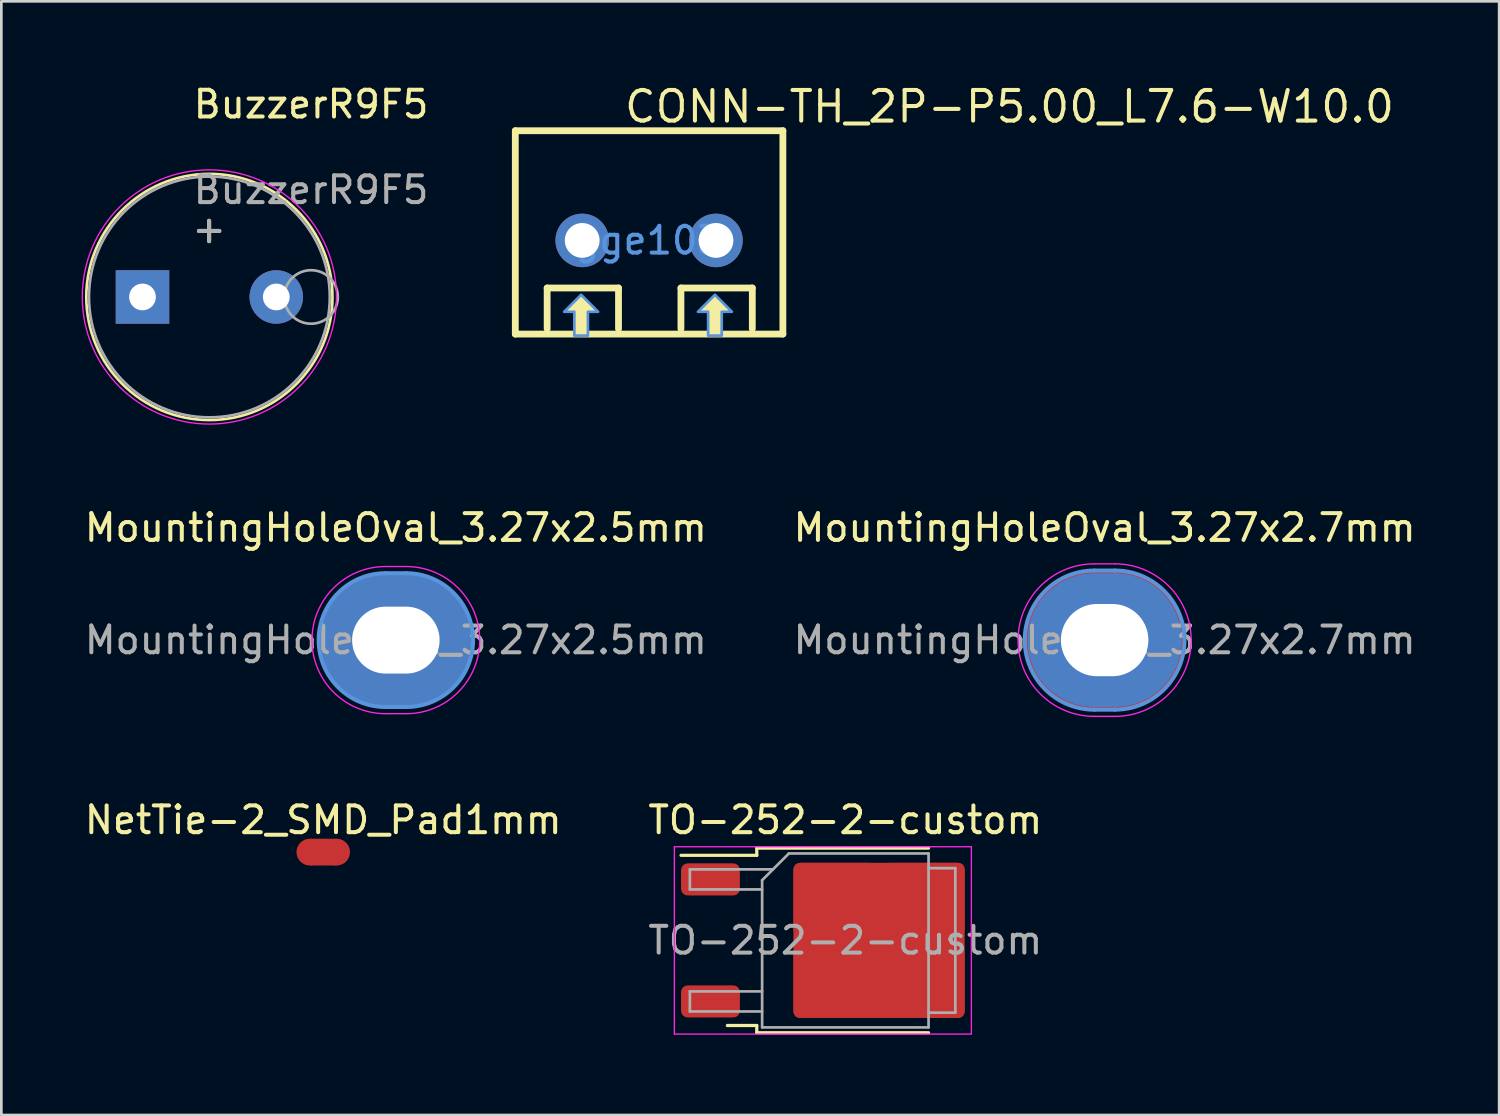
<source format=kicad_pcb>
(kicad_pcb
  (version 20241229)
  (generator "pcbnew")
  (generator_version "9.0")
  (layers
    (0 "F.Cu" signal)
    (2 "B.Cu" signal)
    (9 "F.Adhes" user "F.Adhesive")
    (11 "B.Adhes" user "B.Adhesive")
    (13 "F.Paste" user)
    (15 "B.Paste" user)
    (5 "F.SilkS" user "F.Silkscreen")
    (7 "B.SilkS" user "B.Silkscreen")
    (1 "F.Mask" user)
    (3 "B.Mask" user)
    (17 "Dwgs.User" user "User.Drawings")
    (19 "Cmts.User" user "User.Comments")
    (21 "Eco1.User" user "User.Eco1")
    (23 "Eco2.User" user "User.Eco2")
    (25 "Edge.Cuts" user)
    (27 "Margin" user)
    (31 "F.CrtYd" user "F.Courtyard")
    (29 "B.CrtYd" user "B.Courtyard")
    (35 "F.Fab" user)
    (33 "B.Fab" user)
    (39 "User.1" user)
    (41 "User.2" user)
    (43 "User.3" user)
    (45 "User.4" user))
  (footprint "TO-252-2-custom"
    (layer "F.Cu")
    (at 28.542 32.095)
    (property "Reference" "TO-252-2-custom" (at 0 -4.5 0) (layer "F.SilkS") (effects (font (size 1 1) (thickness 0.15))))
    (attr smd)
    (fp_line (start -3.31 -3.45) (end -3.31 -3.18) (stroke (width 0.12) (type solid)) (layer "F.SilkS"))
    (fp_line (start -3.31 -3.18) (end -6.14 -3.18) (stroke (width 0.12) (type solid)) (layer "F.SilkS"))
    (fp_line (start -3.31 3.18) (end -4.41 3.18) (stroke (width 0.12) (type solid)) (layer "F.SilkS"))
    (fp_line (start -3.31 3.45) (end -3.31 3.18) (stroke (width 0.12) (type solid)) (layer "F.SilkS"))
    (fp_line (start 3.11 -3.45) (end -3.31 -3.45) (stroke (width 0.12) (type solid)) (layer "F.SilkS"))
    (fp_line (start 3.11 3.45) (end -3.31 3.45) (stroke (width 0.12) (type solid)) (layer "F.SilkS"))
    (fp_line (start -6.39 -3.5) (end -6.39 3.5) (stroke (width 0.05) (type solid)) (layer "F.CrtYd"))
    (fp_line (start -6.39 3.5) (end 4.71 3.5) (stroke (width 0.05) (type solid)) (layer "F.CrtYd"))
    (fp_line (start 4.71 -3.5) (end -6.39 -3.5) (stroke (width 0.05) (type solid)) (layer "F.CrtYd"))
    (fp_line (start 4.71 3.5) (end 4.71 -3.5) (stroke (width 0.05) (type solid)) (layer "F.CrtYd"))
    (fp_line (start -5.81 -2.655) (end -5.81 -1.905) (stroke (width 0.1) (type solid)) (layer "F.Fab"))
    (fp_line (start -5.81 -1.905) (end -3.11 -1.905) (stroke (width 0.1) (type solid)) (layer "F.Fab"))
    (fp_line (start -5.81 1.905) (end -5.81 2.655) (stroke (width 0.1) (type solid)) (layer "F.Fab"))
    (fp_line (start -5.81 2.655) (end -3.11 2.655) (stroke (width 0.1) (type solid)) (layer "F.Fab"))
    (fp_line (start -3.11 -2.25) (end -2.11 -3.25) (stroke (width 0.1) (type solid)) (layer "F.Fab"))
    (fp_line (start -3.11 1.905) (end -5.81 1.905) (stroke (width 0.1) (type solid)) (layer "F.Fab"))
    (fp_line (start -3.11 3.25) (end -3.11 -2.25) (stroke (width 0.1) (type solid)) (layer "F.Fab"))
    (fp_line (start -2.705 -2.655) (end -5.81 -2.655) (stroke (width 0.1) (type solid)) (layer "F.Fab"))
    (fp_line (start -2.11 -3.25) (end 3.11 -3.25) (stroke (width 0.1) (type solid)) (layer "F.Fab"))
    (fp_line (start 3.11 -3.25) (end 3.11 3.25) (stroke (width 0.1) (type solid)) (layer "F.Fab"))
    (fp_line (start 3.11 -2.7) (end 4.11 -2.7) (stroke (width 0.1) (type solid)) (layer "F.Fab"))
    (fp_line (start 3.11 3.25) (end -3.11 3.25) (stroke (width 0.1) (type solid)) (layer "F.Fab"))
    (fp_line (start 4.11 -2.7) (end 4.11 2.7) (stroke (width 0.1) (type solid)) (layer "F.Fab"))
    (fp_line (start 4.11 2.7) (end 3.11 2.7) (stroke (width 0.1) (type solid)) (layer "F.Fab"))
    (fp_text user "${REFERENCE}" (at 0 0 0) (layer "F.Fab") (effects (font (size 1 1) (thickness 0.15))))
    (pad "1" smd roundrect (at -0.415 -1.525) (size 3.05 2.75) (layers "F.Cu" "F.Paste") (roundrect_rratio 0.091))
    (pad "1" smd roundrect (at -0.415 1.525) (size 3.05 2.75) (layers "F.Cu" "F.Paste") (roundrect_rratio 0.091))
    (pad "1" smd roundrect (at 1.26 0) (size 6.4 5.8) (layers "F.Cu" "F.Mask") (roundrect_rratio 0.043))
    (pad "1" smd roundrect (at 2.935 -1.525) (size 3.05 2.75) (layers "F.Cu" "F.Paste") (roundrect_rratio 0.091))
    (pad "1" smd roundrect (at 2.935 1.525) (size 3.05 2.75) (layers "F.Cu" "F.Paste") (roundrect_rratio 0.091))
    (pad "2" smd roundrect (at -5.04 -2.28) (size 2.2 1.2) (layers "F.Cu" "F.Mask" "F.Paste") (roundrect_rratio 0.208))
    (pad "3" smd roundrect (at -5.04 2.28) (size 2.2 1.2) (layers "F.Cu" "F.Mask" "F.Paste") (roundrect_rratio 0.208)))
  (footprint "BuzzerR9F5"
    (layer "F.Cu")
    (at 4.775 8.048)
    (property "Reference" "BuzzerR9F5" (at 3.8 -7.2 180) (layer "F.SilkS") (effects (font (size 1 1) (thickness 0.15))))
    (attr through_hole)
    (fp_circle (center 0 0) (end 4.6 0) (stroke (width 0.1) (type solid)) (fill no) (layer "F.SilkS"))
    (fp_circle (center 0 0) (end 4.75 0) (stroke (width 0.05) (type solid)) (fill no) (layer "F.CrtYd"))
    (fp_circle (center 0 0) (end 4.5 0) (stroke (width 0.1) (type solid)) (fill no) (layer "F.Fab"))
    (fp_circle (center 3.8 0) (end 4.8 0) (stroke (width 0.1) (type solid)) (fill no) (layer "F.Fab"))
    (fp_text user "+" (at -0.01 -2.54 180) (layer "F.SilkS") (effects (font (size 1 1) (thickness 0.15))))
    (fp_text user "${REFERENCE}" (at 3.8 -4 180) (layer "F.Fab") (effects (font (size 1 1) (thickness 0.15))))
    (fp_text user "+" (at -0.01 -2.54 180) (layer "F.Fab") (effects (font (size 1 1) (thickness 0.15))))
    (pad "1" thru_hole rect (at -2.5 0) (size 2 2) (drill 1) (layers "*.Cu" "*.Mask"))
    (pad "2" thru_hole circle (at 2.5 0) (size 2 2) (drill 1) (layers "*.Cu" "*.Mask")))
  (footprint "MountingHoleOval_3.27x2.5mm"
    (layer "F.Cu")
    (at 11.744 20.872)
    (property "Reference" "MountingHoleOval_3.27x2.5mm" (at 0 -4.2 0) (layer "F.SilkS") (effects (font (size 1 1) (thickness 0.15))))
    (attr exclude_from_pos_files exclude_from_bom)
    (fp_line (start 0 -1.8) (end 0 1.8) (stroke (width 0.2) (type default)) (layer "F.Cu"))
    (fp_line (start 0 1.8) (end 1.8 0) (stroke (width 0.2) (type default)) (layer "F.Cu"))
    (fp_line (start 1.8 0) (end 0 -1.8) (stroke (width 0.2) (type default)) (layer "F.Cu"))
    (fp_line (start 0.385 -2.5) (end -0.385 -2.5) (stroke (width 0.15) (type default)) (layer "Cmts.User"))
    (fp_line (start 0.385 2.5) (end -0.385 2.5) (stroke (width 0.15) (type default)) (layer "Cmts.User"))
    (fp_arc (start -0.385 2.5) (mid -2.885 0) (end -0.385 -2.5) (stroke (width 0.15) (type default)) (layer "Cmts.User"))
    (fp_arc (start 0.385 -2.5) (mid 2.885 0) (end 0.385 2.5) (stroke (width 0.15) (type default)) (layer "Cmts.User"))
    (fp_line (start 0.385 -2.75) (end -0.385 -2.75) (stroke (width 0.05) (type default)) (layer "F.CrtYd"))
    (fp_line (start 0.385 2.75) (end -0.385 2.75) (stroke (width 0.05) (type default)) (layer "F.CrtYd"))
    (fp_arc (start -0.385 2.75) (mid -3.135 0) (end -0.385 -2.75) (stroke (width 0.05) (type default)) (layer "F.CrtYd"))
    (fp_arc (start 0.385 -2.75) (mid 3.135 0) (end 0.385 2.75) (stroke (width 0.05) (type default)) (layer "F.CrtYd"))
    (fp_text user "${REFERENCE}" (at 0 0 0) (layer "F.Fab") (effects (font (size 1 1) (thickness 0.15))))
    (pad "1" thru_hole oval (at 0 0) (size 3.67 2.9) (drill oval 3.27 2.5) (layers "*.Cu" "*.Mask"))
    (pad "1" connect oval (at 0 0) (size 5.77 5) (layers "F.Cu" "F.Mask"))
    (pad "1" connect oval (at 0 0) (size 5.77 5) (layers "F.Mask" "B.Cu")))
  (footprint "NetTie-2_SMD_Pad1mm"
    (layer "F.Cu")
    (at 9.03 28.795)
    (property "Reference" "NetTie-2_SMD_Pad1mm" (at 0 -1.2 0) (layer "F.SilkS") (effects (font (size 1 1) (thickness 0.15))))
    (attr exclude_from_pos_files exclude_from_bom allow_missing_courtyard)
    (fp_poly (pts (xy -0.5 -0.5) (xy 0.5 -0.5) (xy 0.5 0.5) (xy -0.5 0.5)) (stroke (width 0) (type solid)) (fill yes) (layer "F.Cu"))
    (pad "1" smd circle (at -0.5 0) (size 1 1) (layers "F.Cu"))
    (pad "2" smd circle (at 0.5 0) (size 1 1) (layers "F.Cu")))
  (footprint "MountingHoleOval_3.27x2.7mm"
    (layer "F.Cu")
    (at 38.232 20.872)
    (property "Reference" "MountingHoleOval_3.27x2.7mm" (at 0 -4.2 0) (layer "F.SilkS") (effects (font (size 1 1) (thickness 0.15))))
    (attr exclude_from_pos_files exclude_from_bom)
    (fp_line (start 0.385 -2.6) (end -0.385 -2.6) (stroke (width 0.15) (type default)) (layer "Cmts.User"))
    (fp_line (start 0.385 2.6) (end -0.385 2.6) (stroke (width 0.15) (type default)) (layer "Cmts.User"))
    (fp_arc (start -0.385 2.6) (mid -2.985 0) (end -0.385 -2.6) (stroke (width 0.15) (type default)) (layer "Cmts.User"))
    (fp_arc (start 0.385 -2.6) (mid 2.985 0) (end 0.385 2.6) (stroke (width 0.15) (type default)) (layer "Cmts.User"))
    (fp_line (start 0.385 -2.85) (end -0.385 -2.85) (stroke (width 0.05) (type default)) (layer "F.CrtYd"))
    (fp_line (start 0.385 2.85) (end -0.385 2.85) (stroke (width 0.05) (type default)) (layer "F.CrtYd"))
    (fp_arc (start -0.385 2.85) (mid -3.235 0) (end -0.385 -2.85) (stroke (width 0.05) (type default)) (layer "F.CrtYd"))
    (fp_arc (start 0.385 -2.85) (mid 3.235 0) (end 0.385 2.85) (stroke (width 0.05) (type default)) (layer "F.CrtYd"))
    (fp_text user "${REFERENCE}" (at 0 0 0) (layer "F.Fab") (effects (font (size 1 1) (thickness 0.15))))
    (pad "1" thru_hole oval (at 0 0) (size 3.67 3.1) (drill oval 3.27 2.7) (layers "*.Cu" "*.Mask"))
    (pad "1" connect oval (at 0 0) (size 5.77 5) (layers "F.Mask" "B.Cu"))
    (pad "1" connect oval (at 0 0) (size 5.97 5.2) (layers "F.Cu" "F.Mask")))
  (footprint "CONN-TH_2P-P5.00_L7.6-W10.0"
    (layer "F.Cu")
    (at 21.208 5.935)
    (property "Reference" "CONN-TH_2P-P5.00_L7.6-W10.0" (at -1 -5 0) (layer "F.SilkS") (effects (font (size 1.143 1.143) (thickness 0.152)) (justify left)))
    (attr through_hole)
    (fp_line (start -5 -4.1) (end 5 -4.1) (stroke (width 0.254) (type solid)) (layer "F.SilkS"))
    (fp_line (start -5 3.5) (end -5 -4.1) (stroke (width 0.254) (type solid)) (layer "F.SilkS"))
    (fp_line (start -3.81 1.778) (end -1.143 1.778) (stroke (width 0.254) (type solid)) (layer "F.SilkS"))
    (fp_line (start -3.81 3.302) (end -3.81 1.778) (stroke (width 0.254) (type solid)) (layer "F.SilkS"))
    (fp_line (start -1.143 1.778) (end -1.143 3.302) (stroke (width 0.254) (type solid)) (layer "F.SilkS"))
    (fp_line (start 1.19 1.778) (end 3.857 1.778) (stroke (width 0.254) (type solid)) (layer "F.SilkS"))
    (fp_line (start 1.19 3.302) (end 1.19 1.778) (stroke (width 0.254) (type solid)) (layer "F.SilkS"))
    (fp_line (start 3.857 1.778) (end 3.857 3.302) (stroke (width 0.254) (type solid)) (layer "F.SilkS"))
    (fp_line (start 5 -4.1) (end 5 3.5) (stroke (width 0.254) (type solid)) (layer "F.SilkS"))
    (fp_line (start 5 3.5) (end -5 3.5) (stroke (width 0.254) (type solid)) (layer "F.SilkS"))
    (fp_poly (pts (xy -2.794 3.556) (xy -2.794 2.667) (xy -3.175 2.667) (xy -2.54 2.032) (xy -1.905 2.667) (xy -2.286 2.667) (xy -2.286 3.556)) (stroke (width 0) (type solid)) (fill yes) (layer "F.SilkS"))
    (fp_poly (pts (xy 2.206 3.556) (xy 2.206 2.667) (xy 1.825 2.667) (xy 2.46 2.032) (xy 3.095 2.667) (xy 2.714 2.667) (xy 2.714 3.556)) (stroke (width 0) (type solid)) (fill yes) (layer "F.SilkS"))
    (fp_poly (pts (xy -2.794 3.556) (xy -2.794 2.667) (xy -3.175 2.667) (xy -2.54 2.032) (xy -1.905 2.667) (xy -2.286 2.667) (xy -2.286 3.556)) (stroke (width 0.1) (type solid)) (fill no) (layer "Cmts.User"))
    (fp_poly (pts (xy 2.206 3.556) (xy 2.206 2.667) (xy 1.825 2.667) (xy 2.46 2.032) (xy 3.095 2.667) (xy 2.714 2.667) (xy 2.714 3.556)) (stroke (width 0.1) (type solid)) (fill no) (layer "Cmts.User"))
    (fp_text user "gge103" (at 0 0 0) (layer "Cmts.User") (effects (font (size 1 1) (thickness 0.15))))
    (pad "1" thru_hole circle (at -2.5 0) (size 2 2) (drill 1.3) (layers "*.Cu" "*.Paste" "*.Mask"))
    (pad "2" thru_hole circle (at 2.5 0) (size 2 2) (drill 1.3) (layers "*.Cu" "*.Paste" "*.Mask")))
  (gr_rect
    (start -3 -3)
    (end 52.976 38.62)
    (stroke (width 0.1) (type default))
    (fill no)
    (layer "Edge.Cuts")))
</source>
